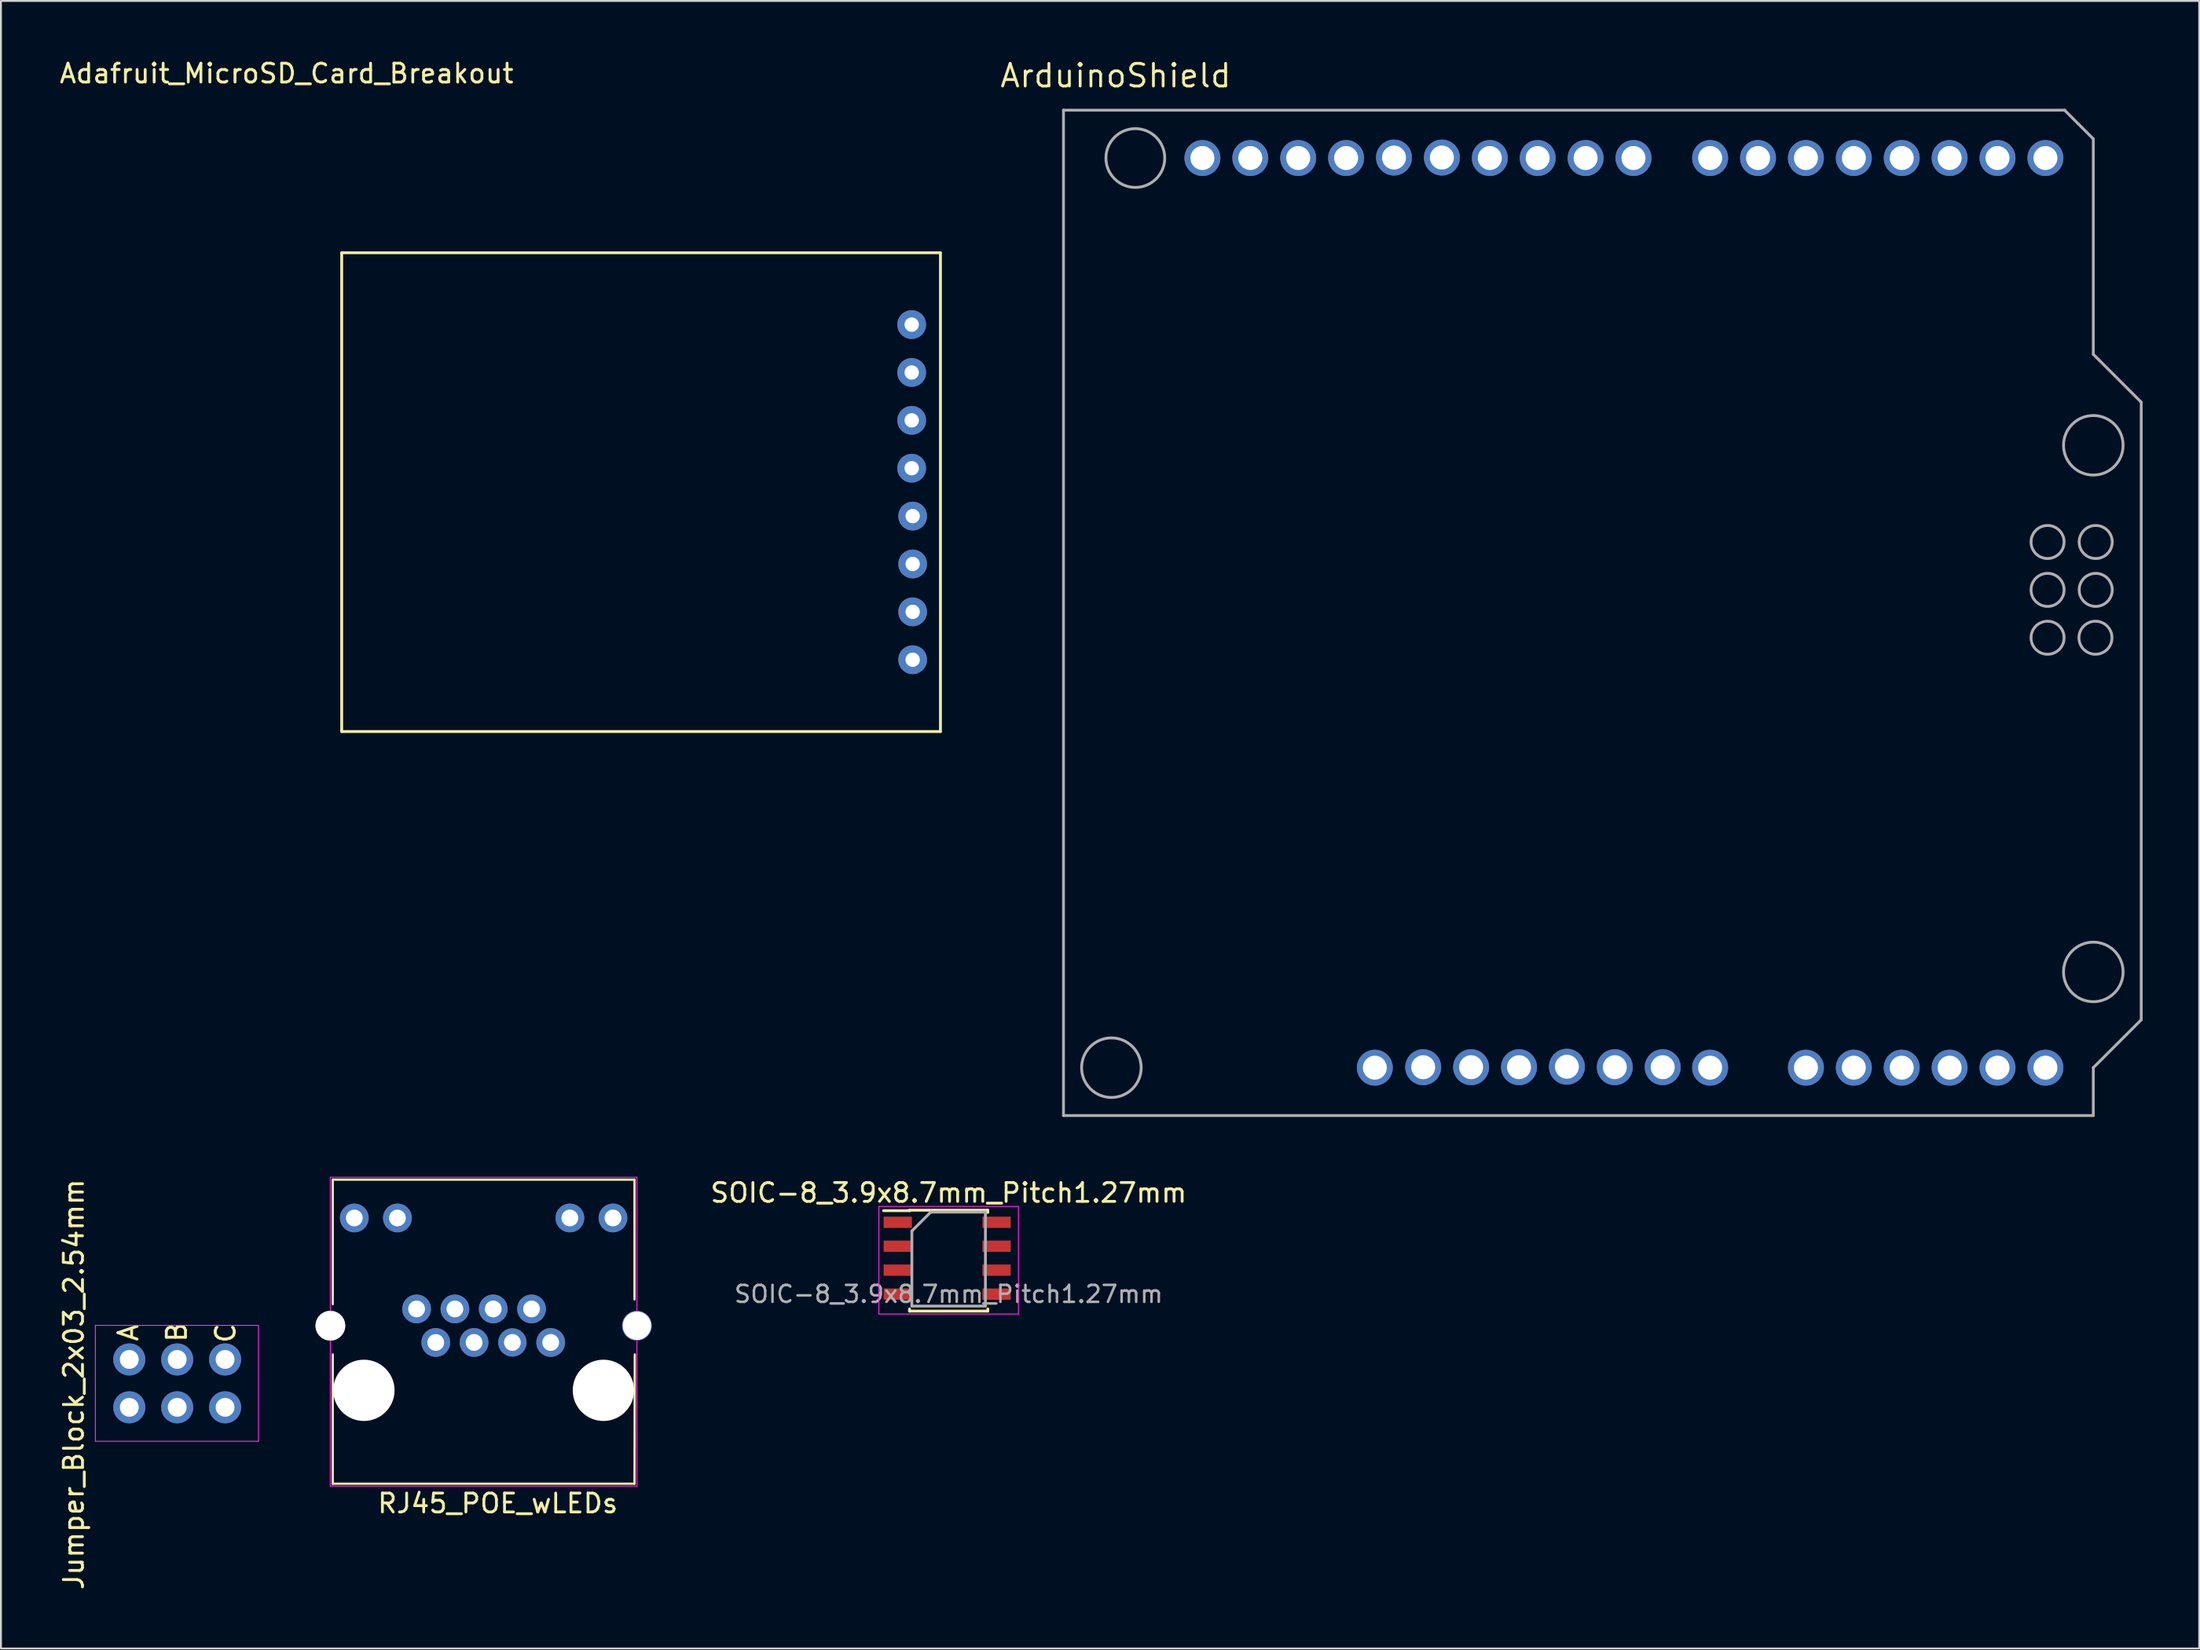
<source format=kicad_pcb>
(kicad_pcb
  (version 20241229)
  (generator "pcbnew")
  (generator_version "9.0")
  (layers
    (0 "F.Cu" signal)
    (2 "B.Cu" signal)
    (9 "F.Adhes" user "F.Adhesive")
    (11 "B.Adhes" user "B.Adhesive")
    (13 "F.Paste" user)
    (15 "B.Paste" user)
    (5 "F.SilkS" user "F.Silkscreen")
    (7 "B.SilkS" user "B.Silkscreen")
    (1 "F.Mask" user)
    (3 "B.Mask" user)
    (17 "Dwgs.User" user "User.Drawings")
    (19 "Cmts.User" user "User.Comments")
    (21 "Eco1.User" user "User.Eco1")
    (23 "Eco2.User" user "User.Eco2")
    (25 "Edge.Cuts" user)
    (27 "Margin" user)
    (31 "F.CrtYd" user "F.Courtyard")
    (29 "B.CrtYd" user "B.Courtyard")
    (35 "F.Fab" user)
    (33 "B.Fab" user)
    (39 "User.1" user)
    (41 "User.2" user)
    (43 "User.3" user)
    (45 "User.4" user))
  (footprint "SOIC-8_3.9x8.7mm_Pitch1.27mm"
    (layer "F.Cu")
    (at 47.256 65.607)
    (property "Reference" "SOIC-8_3.9x8.7mm_Pitch1.27mm" (at 0 -5.375 0) (layer "F.SilkS") (effects (font (size 1 1) (thickness 0.15))))
    (attr smd)
    (fp_line (start -2.075 -4.45) (end -2.075 -4.425) (stroke (width 0.15) (type solid)) (layer "F.SilkS"))
    (fp_line (start -2.075 -4.45) (end 2.075 -4.45) (stroke (width 0.15) (type solid)) (layer "F.SilkS"))
    (fp_line (start -2.075 -4.425) (end -3.45 -4.425) (stroke (width 0.15) (type solid)) (layer "F.SilkS"))
    (fp_line (start -2.075 0.902) (end -2.075 0.787) (stroke (width 0.15) (type solid)) (layer "F.SilkS"))
    (fp_line (start -2.075 0.902) (end 2.075 0.902) (stroke (width 0.15) (type solid)) (layer "F.SilkS"))
    (fp_line (start 2.075 -4.45) (end 2.075 -4.335) (stroke (width 0.15) (type solid)) (layer "F.SilkS"))
    (fp_line (start 2.075 0.902) (end 2.075 0.787) (stroke (width 0.15) (type solid)) (layer "F.SilkS"))
    (fp_line (start -3.7 -4.65) (end -3.701 1.057) (stroke (width 0.05) (type solid)) (layer "F.CrtYd"))
    (fp_line (start -3.7 -4.65) (end 3.7 -4.65) (stroke (width 0.05) (type solid)) (layer "F.CrtYd"))
    (fp_line (start -3.699 1.057) (end 3.701 1.057) (stroke (width 0.05) (type solid)) (layer "F.CrtYd"))
    (fp_line (start 3.7 -4.65) (end 3.701 1.057) (stroke (width 0.05) (type solid)) (layer "F.CrtYd"))
    (fp_line (start -1.953 0.638) (end -1.95 -3.35) (stroke (width 0.15) (type solid)) (layer "F.Fab"))
    (fp_line (start -1.95 -3.35) (end -0.95 -4.35) (stroke (width 0.15) (type solid)) (layer "F.Fab"))
    (fp_line (start -0.95 -4.35) (end 1.95 -4.35) (stroke (width 0.15) (type solid)) (layer "F.Fab"))
    (fp_line (start 1.95 -4.35) (end 1.948 0.635) (stroke (width 0.15) (type solid)) (layer "F.Fab"))
    (fp_line (start 1.95 0.635) (end -1.95 0.635) (stroke (width 0.15) (type solid)) (layer "F.Fab"))
    (fp_text user "${REFERENCE}" (at 0 0 0) (layer "F.Fab") (effects (font (size 0.9 0.9) (thickness 0.135))))
    (pad "1" smd rect (at -2.7 -3.81) (size 1.5 0.6) (layers "F.Cu" "F.Mask" "F.Paste"))
    (pad "2" smd rect (at -2.7 -2.54) (size 1.5 0.6) (layers "F.Cu" "F.Mask" "F.Paste"))
    (pad "3" smd rect (at -2.7 -1.27) (size 1.5 0.6) (layers "F.Cu" "F.Mask" "F.Paste"))
    (pad "4" smd rect (at -2.7 0) (size 1.5 0.6) (layers "F.Cu" "F.Mask" "F.Paste"))
    (pad "5" smd rect (at 2.54 0) (size 1.5 0.6) (layers "F.Cu" "F.Mask" "F.Paste"))
    (pad "6" smd rect (at 2.54 -1.27) (size 1.5 0.6) (layers "F.Cu" "F.Mask" "F.Paste"))
    (pad "7" smd rect (at 2.54 -2.54) (size 1.5 0.6) (layers "F.Cu" "F.Mask" "F.Paste"))
    (pad "8" smd rect (at 2.54 -3.81) (size 1.5 0.6) (layers "F.Cu" "F.Mask" "F.Paste")))
  (footprint "RJ45_POE_wLEDs"
    (layer "F.Cu")
    (at 16.247 70.712)
    (property "Reference" "RJ45_POE_wLEDs" (at 7.1 5.996 180) (layer "F.SilkS") (effects (font (size 1 1) (thickness 0.15))))
    (attr through_hole)
    (fp_line (start -1.651 -11.176) (end -1.651 -4.572) (stroke (width 0.12) (type solid)) (layer "F.SilkS"))
    (fp_line (start -1.651 -11.176) (end 14.351 -11.176) (stroke (width 0.12) (type solid)) (layer "F.SilkS"))
    (fp_line (start -1.651 4.953) (end -1.651 -1.905) (stroke (width 0.12) (type solid)) (layer "F.SilkS"))
    (fp_line (start -1.651 4.953) (end 14.351 4.953) (stroke (width 0.12) (type solid)) (layer "F.SilkS"))
    (fp_line (start 14.351 -11.176) (end 14.351 -4.826) (stroke (width 0.12) (type solid)) (layer "F.SilkS"))
    (fp_line (start 14.351 4.953) (end 14.364 -1.905) (stroke (width 0.12) (type solid)) (layer "F.SilkS"))
    (fp_line (start -1.778 -11.303) (end -1.778 5.08) (stroke (width 0.05) (type solid)) (layer "F.CrtYd"))
    (fp_line (start -1.778 5.08) (end 14.478 5.08) (stroke (width 0.05) (type solid)) (layer "F.CrtYd"))
    (fp_line (start 14.478 -11.303) (end -1.778 -11.303) (stroke (width 0.05) (type solid)) (layer "F.CrtYd"))
    (fp_line (start 14.478 5.08) (end 14.478 -11.303) (stroke (width 0.05) (type solid)) (layer "F.CrtYd"))
    (pad "" np_thru_hole circle (at 0 0 180) (size 3.251 3.251) (drill 3.251) (layers "*.Cu" "*.Mask"))
    (pad "" np_thru_hole circle (at 12.7 0 180) (size 3.251 3.251) (drill 3.251) (layers "*.Cu" "*.Mask"))
    (pad "1" thru_hole circle (at 9.906 -2.54 180) (size 1.524 1.524) (drill 0.89) (layers "*.Cu" "*.Mask"))
    (pad "2" thru_hole circle (at 8.89 -4.318 180) (size 1.524 1.524) (drill 0.889) (layers "*.Cu" "*.Mask"))
    (pad "3" thru_hole circle (at 7.874 -2.54 180) (size 1.5 1.5) (drill 0.89) (layers "*.Cu" "*.Mask"))
    (pad "4" thru_hole circle (at 6.858 -4.318 180) (size 1.524 1.524) (drill 0.889) (layers "*.Cu" "*.Mask"))
    (pad "5" thru_hole circle (at 5.842 -2.54 180) (size 1.524 1.524) (drill 0.89) (layers "*.Cu" "*.Mask"))
    (pad "6" thru_hole circle (at 4.826 -4.318 180) (size 1.524 1.524) (drill 0.889) (layers "*.Cu" "*.Mask"))
    (pad "7" thru_hole circle (at 3.81 -2.54 180) (size 1.524 1.524) (drill 0.89) (layers "*.Cu" "*.Mask"))
    (pad "8" thru_hole circle (at 2.794 -4.318 180) (size 1.524 1.524) (drill 0.889) (layers "*.Cu" "*.Mask"))
    (pad "9" thru_hole circle (at 13.208 -9.144 180) (size 1.524 1.524) (drill 0.889) (layers "*.Cu" "*.Mask"))
    (pad "10" thru_hole circle (at 10.922 -9.144 180) (size 1.524 1.524) (drill 0.889) (layers "*.Cu" "*.Mask"))
    (pad "11" thru_hole circle (at 1.778 -9.144 180) (size 1.524 1.524) (drill 0.889) (layers "*.Cu" "*.Mask"))
    (pad "12" thru_hole circle (at -0.508 -9.144 180) (size 1.524 1.524) (drill 0.889) (layers "*.Cu" "*.Mask"))
    (pad "13" thru_hole circle (at 14.478 -3.429 180) (size 1.575 1.575) (drill 1.5) (layers "*.Cu" "*.Mask"))
    (pad "14" thru_hole circle (at -1.778 -3.429 180) (size 1.575 1.575) (drill 1.575) (layers "*.Cu" "*.Mask")))
  (footprint "Jumper_Block_2x03_2.54mm"
    (layer "F.Cu")
    (at 6.297 70.397)
    (property "Reference" "Jumper_Block_2x03_2.54mm" (at -5.436 0 90) (layer "F.SilkS") (effects (font (size 1.016 1.016) (thickness 0.152))))
    (attr through_hole)
    (fp_line (start -4.291 -3.134) (end -4.291 3.016) (stroke (width 0.05) (type solid)) (layer "F.CrtYd"))
    (fp_line (start -4.291 3.016) (end 4.359 3.016) (stroke (width 0.05) (type solid)) (layer "F.CrtYd"))
    (fp_line (start 4.359 -3.134) (end -4.291 -3.134) (stroke (width 0.05) (type solid)) (layer "F.CrtYd"))
    (fp_line (start 4.359 3.016) (end 4.359 -3.134) (stroke (width 0.05) (type solid)) (layer "F.CrtYd"))
    (fp_text user "C" (at 2.616 -2.718 90) (layer "F.SilkS") (effects (font (size 1.016 1.016) (thickness 0.152))))
    (fp_text user "A" (at -2.54 -2.743 90) (layer "F.SilkS") (effects (font (size 1.016 1.016) (thickness 0.152))))
    (fp_text user "B" (at 0.025 -2.769 90) (layer "F.SilkS") (effects (font (size 1.016 1.016) (thickness 0.152))))
    (pad "1" thru_hole circle (at -2.491 1.216 90) (size 1.7 1.7) (drill 1) (layers "*.Cu" "*.Mask"))
    (pad "2" thru_hole oval (at -2.491 -1.324 90) (size 1.7 1.7) (drill 1) (layers "*.Cu" "*.Mask"))
    (pad "3" thru_hole oval (at 0.049 1.216 90) (size 1.7 1.7) (drill 1) (layers "*.Cu" "*.Mask"))
    (pad "4" thru_hole oval (at 0.049 -1.324 90) (size 1.7 1.7) (drill 1) (layers "*.Cu" "*.Mask"))
    (pad "5" thru_hole oval (at 2.589 1.216 90) (size 1.7 1.7) (drill 1) (layers "*.Cu" "*.Mask"))
    (pad "6" thru_hole oval (at 2.589 -1.324 90) (size 1.7 1.7) (drill 1) (layers "*.Cu" "*.Mask")))
  (footprint "ArduinoShield"
    (layer "F.Cu")
    (at 53.345 56.134)
    (property "Reference" "ArduinoShield" (at 2.769 -55.169 180) (layer "F.SilkS") (effects (font (size 1.2 1.2) (thickness 0.15))))
    (attr through_hole)
    (fp_line (start 0 -53.34) (end 0 0) (stroke (width 0.15) (type solid)) (layer "F.Fab"))
    (fp_line (start 0 0) (end 54.61 0) (stroke (width 0.15) (type solid)) (layer "F.Fab"))
    (fp_line (start 53.086 -53.34) (end 0 -53.34) (stroke (width 0.15) (type solid)) (layer "F.Fab"))
    (fp_line (start 54.61 -51.816) (end 53.086 -53.34) (stroke (width 0.15) (type solid)) (layer "F.Fab"))
    (fp_line (start 54.61 -40.386) (end 54.61 -51.816) (stroke (width 0.15) (type solid)) (layer "F.Fab"))
    (fp_line (start 54.61 -2.54) (end 57.15 -5.08) (stroke (width 0.15) (type solid)) (layer "F.Fab"))
    (fp_line (start 54.61 0) (end 54.61 -2.54) (stroke (width 0.15) (type solid)) (layer "F.Fab"))
    (fp_line (start 57.15 -37.846) (end 54.61 -40.386) (stroke (width 0.15) (type solid)) (layer "F.Fab"))
    (fp_line (start 57.15 -5.08) (end 57.15 -37.846) (stroke (width 0.15) (type solid)) (layer "F.Fab"))
    (fp_circle (center 2.54 -2.54) (end 3.277 -1.143) (stroke (width 0.15) (type solid)) (fill no) (layer "F.Fab"))
    (fp_circle (center 3.81 -50.8) (end 4.597 -49.454) (stroke (width 0.15) (type solid)) (fill no) (layer "F.Fab"))
    (fp_circle (center 52.184 -30.429) (end 52.336 -29.566) (stroke (width 0.15) (type solid)) (fill no) (layer "F.Fab"))
    (fp_circle (center 52.184 -27.889) (end 52.336 -27.026) (stroke (width 0.15) (type solid)) (fill no) (layer "F.Fab"))
    (fp_circle (center 52.184 -25.349) (end 52.336 -24.486) (stroke (width 0.15) (type solid)) (fill no) (layer "F.Fab"))
    (fp_circle (center 54.61 -35.56) (end 55.296 -34.138) (stroke (width 0.15) (type solid)) (fill no) (layer "F.Fab"))
    (fp_circle (center 54.61 -7.62) (end 55.347 -9.017) (stroke (width 0.15) (type solid)) (fill no) (layer "F.Fab"))
    (fp_circle (center 54.724 -25.349) (end 54.876 -24.486) (stroke (width 0.15) (type solid)) (fill no) (layer "F.Fab"))
    (fp_circle (center 54.737 -30.429) (end 54.889 -29.566) (stroke (width 0.15) (type solid)) (fill no) (layer "F.Fab"))
    (fp_circle (center 54.737 -27.889) (end 54.889 -27.026) (stroke (width 0.15) (type solid)) (fill no) (layer "F.Fab"))
    (pad "" np_thru_hole circle (at 0 0) (size 0.076 0.076) (drill 0.025) (layers "*.Cu" "*.Mask"))
    (pad "1" thru_hole circle (at 16.51 -2.54) (size 1.905 1.905) (drill 1.27) (layers "*.Cu" "*.Mask"))
    (pad "2" thru_hole circle (at 19.075 -2.565) (size 1.905 1.905) (drill 1.27) (layers "*.Cu" "*.Mask"))
    (pad "3" thru_hole circle (at 21.615 -2.565) (size 1.905 1.905) (drill 1.27) (layers "*.Cu" "*.Mask"))
    (pad "4" thru_hole circle (at 24.155 -2.565) (size 1.905 1.905) (drill 1.27) (layers "*.Cu" "*.Mask"))
    (pad "5" thru_hole circle (at 26.695 -2.591) (size 1.905 1.905) (drill 1.27) (layers "*.Cu" "*.Mask"))
    (pad "6" thru_hole circle (at 29.235 -2.565) (size 1.905 1.905) (drill 1.27) (layers "*.Cu" "*.Mask"))
    (pad "7" thru_hole circle (at 31.775 -2.565) (size 1.905 1.905) (drill 1.27) (layers "*.Cu" "*.Mask"))
    (pad "8" thru_hole circle (at 34.29 -2.54) (size 1.905 1.905) (drill 1.27) (layers "*.Cu" "*.Mask"))
    (pad "9" thru_hole circle (at 39.37 -2.54) (size 1.905 1.905) (drill 1.27) (layers "*.Cu" "*.Mask"))
    (pad "10" thru_hole circle (at 41.91 -2.54) (size 1.905 1.905) (drill 1.27) (layers "*.Cu" "*.Mask"))
    (pad "11" thru_hole circle (at 44.45 -2.54) (size 1.905 1.905) (drill 1.27) (layers "*.Cu" "*.Mask"))
    (pad "12" thru_hole circle (at 46.99 -2.54) (size 1.905 1.905) (drill 1.27) (layers "*.Cu" "*.Mask"))
    (pad "13" thru_hole circle (at 49.53 -2.54) (size 1.905 1.905) (drill 1.27) (layers "*.Cu" "*.Mask"))
    (pad "14" thru_hole circle (at 52.07 -2.54) (size 1.905 1.905) (drill 1.27) (layers "*.Cu" "*.Mask"))
    (pad "15" thru_hole circle (at 52.07 -50.8) (size 1.905 1.905) (drill 1.27) (layers "*.Cu" "*.Mask"))
    (pad "16" thru_hole circle (at 49.53 -50.8) (size 1.905 1.905) (drill 1.27) (layers "*.Cu" "*.Mask"))
    (pad "17" thru_hole circle (at 46.99 -50.8) (size 1.905 1.905) (drill 1.27) (layers "*.Cu" "*.Mask"))
    (pad "18" thru_hole circle (at 44.45 -50.8) (size 1.905 1.905) (drill 1.27) (layers "*.Cu" "*.Mask"))
    (pad "19" thru_hole circle (at 41.91 -50.8) (size 1.905 1.905) (drill 1.27) (layers "*.Cu" "*.Mask"))
    (pad "20" thru_hole circle (at 39.37 -50.8) (size 1.905 1.905) (drill 1.27) (layers "*.Cu" "*.Mask"))
    (pad "21" thru_hole circle (at 36.83 -50.8) (size 1.905 1.905) (drill 1.27) (layers "*.Cu" "*.Mask"))
    (pad "22" thru_hole circle (at 34.29 -50.8) (size 1.905 1.905) (drill 1.27) (layers "*.Cu" "*.Mask"))
    (pad "23" thru_hole circle (at 30.226 -50.8) (size 1.905 1.905) (drill 1.27) (layers "*.Cu" "*.Mask"))
    (pad "24" thru_hole circle (at 27.686 -50.8) (size 1.905 1.905) (drill 1.27) (layers "*.Cu" "*.Mask"))
    (pad "25" thru_hole circle (at 25.146 -50.8) (size 1.905 1.905) (drill 1.27) (layers "*.Cu" "*.Mask"))
    (pad "26" thru_hole circle (at 22.606 -50.8) (size 1.905 1.905) (drill 1.27) (layers "*.Cu" "*.Mask"))
    (pad "27" thru_hole circle (at 20.066 -50.825) (size 1.905 1.905) (drill 1.27) (layers "*.Cu" "*.Mask"))
    (pad "28" thru_hole circle (at 17.526 -50.825) (size 1.905 1.905) (drill 1.27) (layers "*.Cu" "*.Mask"))
    (pad "29" thru_hole circle (at 14.986 -50.8) (size 1.905 1.905) (drill 1.27) (layers "*.Cu" "*.Mask"))
    (pad "30" thru_hole circle (at 12.446 -50.8) (size 1.905 1.905) (drill 1.27) (layers "*.Cu" "*.Mask"))
    (pad "31" thru_hole circle (at 9.906 -50.8) (size 1.905 1.905) (drill 1.27) (layers "*.Cu" "*.Mask"))
    (pad "32" thru_hole circle (at 7.366 -50.8) (size 1.905 1.905) (drill 1.27) (layers "*.Cu" "*.Mask")))
  (footprint "Adafruit_MicroSD_Card_Breakout"
    (layer "F.Cu")
    (at 15.07 10.361)
    (property "Reference" "Adafruit_MicroSD_Card_Breakout" (at -2.921 -9.513 0) (layer "F.SilkS") (effects (font (size 1 1) (thickness 0.15))))
    (attr through_hole)
    (fp_line (start 0 0) (end 31.75 0) (stroke (width 0.15) (type solid)) (layer "F.SilkS"))
    (fp_line (start 0 25.4) (end 0 0) (stroke (width 0.15) (type solid)) (layer "F.SilkS"))
    (fp_line (start 31.75 0) (end 31.75 25.4) (stroke (width 0.15) (type solid)) (layer "F.SilkS"))
    (fp_line (start 31.75 25.4) (end 0 25.4) (stroke (width 0.15) (type solid)) (layer "F.SilkS"))
    (pad "1" thru_hole circle (at 30.226 3.81) (size 1.524 1.524) (drill 0.762) (layers "*.Cu" "*.Mask"))
    (pad "2" thru_hole circle (at 30.226 6.35) (size 1.524 1.524) (drill 0.762) (layers "*.Cu" "*.Mask"))
    (pad "3" thru_hole circle (at 30.226 8.89) (size 1.524 1.524) (drill 0.762) (layers "*.Cu" "*.Mask"))
    (pad "4" thru_hole circle (at 30.226 11.43) (size 1.524 1.524) (drill 0.762) (layers "*.Cu" "*.Mask"))
    (pad "5" thru_hole circle (at 30.277 13.97) (size 1.524 1.524) (drill 0.762) (layers "*.Cu" "*.Mask"))
    (pad "6" thru_hole circle (at 30.277 16.51) (size 1.524 1.524) (drill 0.762) (layers "*.Cu" "*.Mask"))
    (pad "7" thru_hole circle (at 30.277 19.05) (size 1.524 1.524) (drill 0.762) (layers "*.Cu" "*.Mask"))
    (pad "8" thru_hole circle (at 30.277 21.59) (size 1.524 1.524) (drill 0.762) (layers "*.Cu" "*.Mask")))
  (gr_rect
    (start -3 -3)
    (end 113.57 84.409)
    (stroke (width 0.1) (type default))
    (fill no)
    (layer "Edge.Cuts")))
</source>
